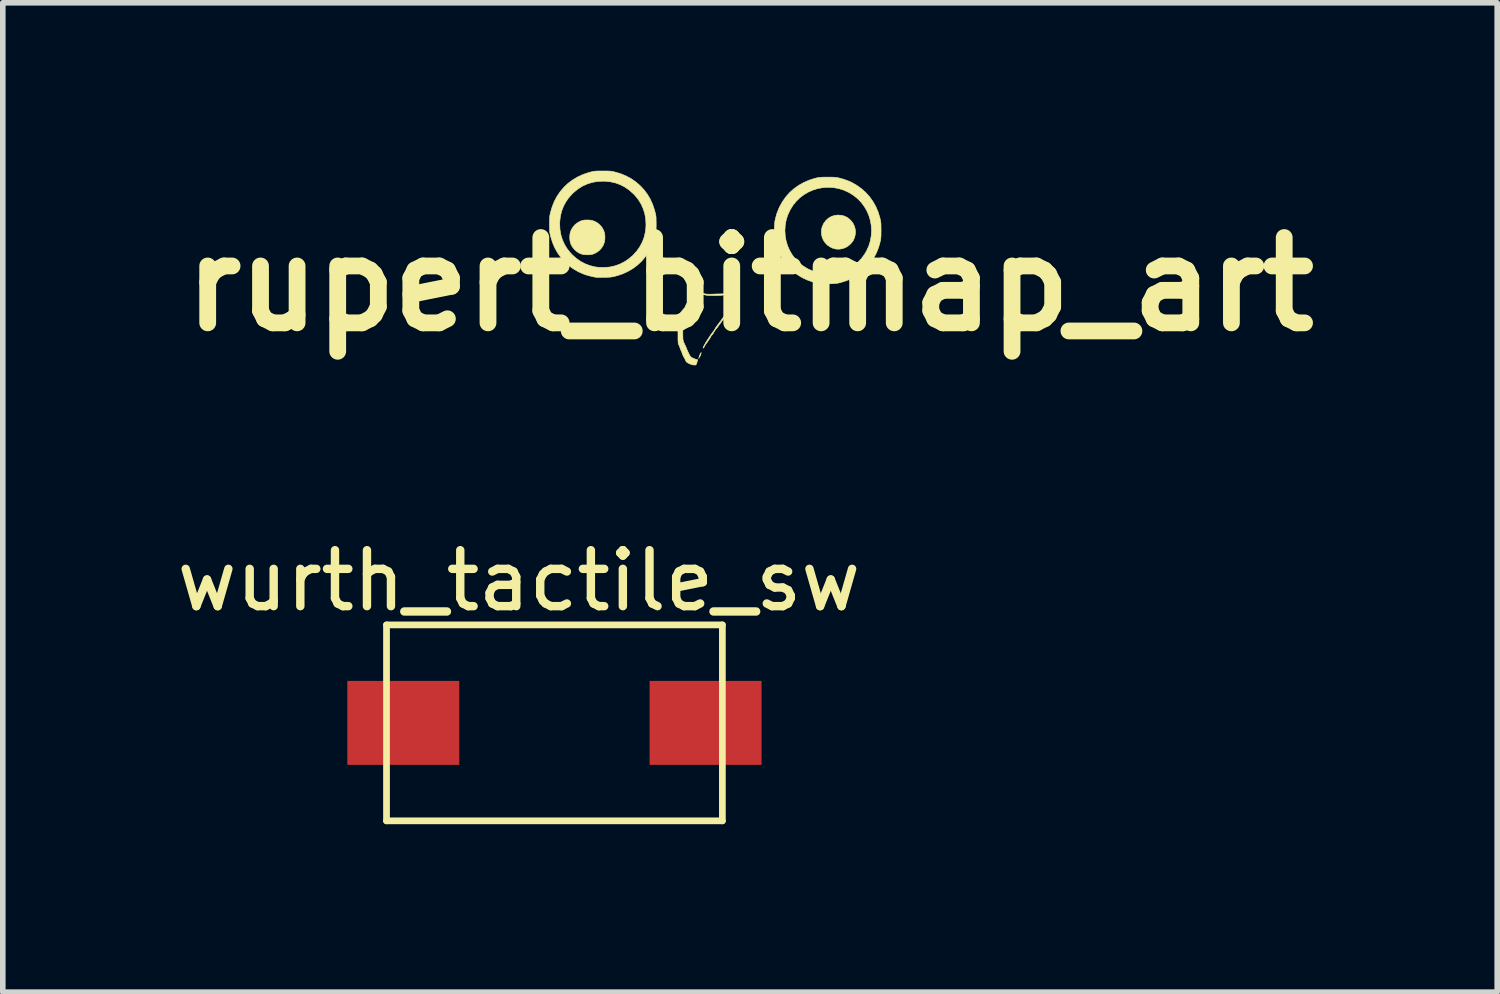
<source format=kicad_pcb>
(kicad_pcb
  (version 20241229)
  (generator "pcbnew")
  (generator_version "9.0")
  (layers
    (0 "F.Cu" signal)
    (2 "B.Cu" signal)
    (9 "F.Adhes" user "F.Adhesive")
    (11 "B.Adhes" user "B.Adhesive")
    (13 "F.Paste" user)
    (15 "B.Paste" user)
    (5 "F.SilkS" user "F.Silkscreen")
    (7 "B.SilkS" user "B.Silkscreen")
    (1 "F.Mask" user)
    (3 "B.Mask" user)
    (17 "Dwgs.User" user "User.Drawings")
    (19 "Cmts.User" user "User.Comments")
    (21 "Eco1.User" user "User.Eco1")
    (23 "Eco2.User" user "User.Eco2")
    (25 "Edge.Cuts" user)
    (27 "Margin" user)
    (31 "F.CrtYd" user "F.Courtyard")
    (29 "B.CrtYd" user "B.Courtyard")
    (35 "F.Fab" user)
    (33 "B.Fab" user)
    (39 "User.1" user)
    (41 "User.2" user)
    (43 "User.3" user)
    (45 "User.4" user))
  (footprint "wurth_tactile_sw"
    (layer "F.Cu")
    (at 6.855 9.864)
    (property "Reference" "wurth_tactile_sw" (at -0.635 -2.54 0) (layer "F.SilkS") (effects (font (size 1 1) (thickness 0.15))))
    (attr through_hole)
    (fp_line (start -3 -1.75) (end -3 1.75) (stroke (width 0.12) (type solid)) (layer "F.SilkS"))
    (fp_line (start -3 1.75) (end 3 1.75) (stroke (width 0.12) (type solid)) (layer "F.SilkS"))
    (fp_line (start 3 -1.75) (end -3 -1.75) (stroke (width 0.12) (type solid)) (layer "F.SilkS"))
    (fp_line (start 3 -1.75) (end 3 1.75) (stroke (width 0.12) (type solid)) (layer "F.SilkS"))
    (pad "1" smd rect (at -2.7 0) (size 2 1.5) (layers "F.Cu" "F.Mask" "F.Paste"))
    (pad "2" smd rect (at 2.7 0) (size 2 1.5) (layers "F.Cu" "F.Mask" "F.Paste")))
  (footprint "rupert_bitmap_art"
    (layer "F.Cu")
    (at 10.349 2.028)
    (property "Reference" "rupert_bitmap_art" (at 0 0 0) (layer "F.SilkS") (effects (font (size 1.524 1.524) (thickness 0.3))))
    (attr through_hole)
    (fp_poly (pts (xy -0.914 1.318) (xy -0.913 1.325) (xy -0.914 1.326) (xy -0.917 1.325) (xy -0.918 1.322) (xy -0.916 1.317) (xy -0.914 1.318)) (stroke (width 0.01) (type solid)) (fill yes) (layer "F.SilkS"))
    (fp_poly (pts (xy -0.873 1.227) (xy -0.876 1.24) (xy -0.882 1.257) (xy -0.886 1.27) (xy -0.892 1.285) (xy -0.901 1.299) (xy -0.912 1.313) (xy -0.909 1.296) (xy -0.905 1.282) (xy -0.898 1.265) (xy -0.89 1.247) (xy -0.882 1.232) (xy -0.876 1.222) (xy -0.873 1.22) (xy -0.873 1.227)) (stroke (width 0.01) (type solid)) (fill yes) (layer "F.SilkS"))
    (fp_poly (pts (xy 1.639 -1.231) (xy 1.694 -1.215) (xy 1.744 -1.189) (xy 1.789 -1.152) (xy 1.829 -1.106) (xy 1.837 -1.094) (xy 1.862 -1.045) (xy 1.878 -0.992) (xy 1.884 -0.936) (xy 1.879 -0.881) (xy 1.865 -0.827) (xy 1.841 -0.777) (xy 1.837 -0.77) (xy 1.8 -0.724) (xy 1.756 -0.686) (xy 1.708 -0.656) (xy 1.655 -0.637) (xy 1.6 -0.627) (xy 1.544 -0.628) (xy 1.536 -0.629) (xy 1.478 -0.644) (xy 1.426 -0.669) (xy 1.378 -0.703) (xy 1.338 -0.747) (xy 1.321 -0.77) (xy 1.295 -0.82) (xy 1.28 -0.874) (xy 1.274 -0.929) (xy 1.278 -0.984) (xy 1.293 -1.038) (xy 1.317 -1.088) (xy 1.321 -1.094) (xy 1.359 -1.143) (xy 1.403 -1.182) (xy 1.452 -1.21) (xy 1.506 -1.228) (xy 1.565 -1.236) (xy 1.579 -1.236) (xy 1.639 -1.231)) (stroke (width 0.01) (type solid)) (fill yes) (layer "F.SilkS"))
    (fp_poly (pts (xy -2.881 -1.148) (xy -2.844 -1.144) (xy -2.82 -1.14) (xy -2.767 -1.12) (xy -2.718 -1.091) (xy -2.676 -1.053) (xy -2.64 -1.009) (xy -2.614 -0.959) (xy -2.601 -0.921) (xy -2.595 -0.887) (xy -2.592 -0.846) (xy -2.593 -0.805) (xy -2.598 -0.768) (xy -2.601 -0.754) (xy -2.62 -0.7) (xy -2.65 -0.652) (xy -2.687 -0.609) (xy -2.732 -0.574) (xy -2.782 -0.547) (xy -2.82 -0.534) (xy -2.85 -0.529) (xy -2.886 -0.526) (xy -2.925 -0.526) (xy -2.962 -0.529) (xy -2.992 -0.534) (xy -2.995 -0.534) (xy -3.048 -0.554) (xy -3.096 -0.584) (xy -3.138 -0.622) (xy -3.173 -0.666) (xy -3.2 -0.716) (xy -3.212 -0.754) (xy -3.218 -0.788) (xy -3.221 -0.828) (xy -3.22 -0.869) (xy -3.215 -0.906) (xy -3.212 -0.921) (xy -3.193 -0.974) (xy -3.163 -1.022) (xy -3.126 -1.065) (xy -3.081 -1.1) (xy -3.031 -1.127) (xy -2.993 -1.14) (xy -2.961 -1.146) (xy -2.922 -1.148) (xy -2.881 -1.148)) (stroke (width 0.01) (type solid)) (fill yes) (layer "F.SilkS"))
    (fp_poly (pts (xy 1.433 -1.913) (xy 1.469 -1.913) (xy 1.497 -1.912) (xy 1.521 -1.91) (xy 1.541 -1.908) (xy 1.561 -1.904) (xy 1.58 -1.901) (xy 1.669 -1.877) (xy 1.753 -1.847) (xy 1.81 -1.822) (xy 1.902 -1.77) (xy 1.987 -1.71) (xy 2.064 -1.642) (xy 2.133 -1.566) (xy 2.193 -1.483) (xy 2.244 -1.393) (xy 2.286 -1.297) (xy 2.318 -1.194) (xy 2.328 -1.153) (xy 2.332 -1.132) (xy 2.335 -1.112) (xy 2.338 -1.091) (xy 2.339 -1.068) (xy 2.34 -1.039) (xy 2.34 -1.002) (xy 2.341 -0.961) (xy 2.34 -0.916) (xy 2.34 -0.881) (xy 2.339 -0.852) (xy 2.337 -0.829) (xy 2.335 -0.808) (xy 2.332 -0.789) (xy 2.328 -0.77) (xy 2.299 -0.665) (xy 2.261 -0.566) (xy 2.213 -0.473) (xy 2.157 -0.387) (xy 2.092 -0.309) (xy 2.018 -0.238) (xy 1.936 -0.174) (xy 1.846 -0.12) (xy 1.81 -0.101) (xy 1.721 -0.063) (xy 1.629 -0.034) (xy 1.583 -0.022) (xy 1.546 -0.016) (xy 1.501 -0.012) (xy 1.45 -0.009) (xy 1.396 -0.007) (xy 1.343 -0.007) (xy 1.294 -0.009) (xy 1.25 -0.013) (xy 1.227 -0.017) (xy 1.121 -0.041) (xy 1.021 -0.076) (xy 0.927 -0.121) (xy 0.839 -0.175) (xy 0.757 -0.239) (xy 0.71 -0.283) (xy 0.64 -0.361) (xy 0.58 -0.445) (xy 0.529 -0.536) (xy 0.489 -0.631) (xy 0.458 -0.732) (xy 0.441 -0.817) (xy 0.437 -0.859) (xy 0.434 -0.909) (xy 0.434 -0.958) (xy 0.623 -0.958) (xy 0.629 -0.864) (xy 0.645 -0.773) (xy 0.672 -0.686) (xy 0.708 -0.603) (xy 0.754 -0.525) (xy 0.808 -0.453) (xy 0.871 -0.388) (xy 0.942 -0.331) (xy 1.02 -0.282) (xy 1.045 -0.269) (xy 1.116 -0.238) (xy 1.188 -0.213) (xy 1.259 -0.195) (xy 1.267 -0.194) (xy 1.305 -0.189) (xy 1.351 -0.186) (xy 1.401 -0.185) (xy 1.45 -0.187) (xy 1.495 -0.19) (xy 1.524 -0.194) (xy 1.615 -0.215) (xy 1.702 -0.246) (xy 1.784 -0.287) (xy 1.86 -0.337) (xy 1.93 -0.396) (xy 1.992 -0.462) (xy 2.046 -0.535) (xy 2.083 -0.599) (xy 2.122 -0.685) (xy 2.149 -0.773) (xy 2.165 -0.863) (xy 2.171 -0.956) (xy 2.171 -0.958) (xy 2.165 -1.052) (xy 2.149 -1.143) (xy 2.122 -1.23) (xy 2.086 -1.313) (xy 2.04 -1.391) (xy 1.986 -1.463) (xy 1.923 -1.528) (xy 1.852 -1.585) (xy 1.774 -1.635) (xy 1.756 -1.644) (xy 1.67 -1.683) (xy 1.582 -1.71) (xy 1.493 -1.726) (xy 1.399 -1.732) (xy 1.397 -1.732) (xy 1.303 -1.726) (xy 1.212 -1.71) (xy 1.125 -1.683) (xy 1.042 -1.647) (xy 0.964 -1.601) (xy 0.892 -1.547) (xy 0.827 -1.484) (xy 0.77 -1.414) (xy 0.721 -1.336) (xy 0.711 -1.317) (xy 0.672 -1.231) (xy 0.645 -1.144) (xy 0.629 -1.054) (xy 0.623 -0.961) (xy 0.623 -0.958) (xy 0.434 -0.958) (xy 0.434 -0.963) (xy 0.435 -1.018) (xy 0.438 -1.071) (xy 0.443 -1.119) (xy 0.45 -1.156) (xy 0.475 -1.252) (xy 0.51 -1.343) (xy 0.528 -1.383) (xy 0.579 -1.475) (xy 0.639 -1.56) (xy 0.707 -1.637) (xy 0.783 -1.705) (xy 0.866 -1.765) (xy 0.956 -1.816) (xy 1.053 -1.858) (xy 1.155 -1.891) (xy 1.197 -1.901) (xy 1.218 -1.905) (xy 1.238 -1.908) (xy 1.258 -1.91) (xy 1.282 -1.912) (xy 1.311 -1.913) (xy 1.347 -1.913) (xy 1.388 -1.913) (xy 1.433 -1.913)) (stroke (width 0.01) (type solid)) (fill yes) (layer "F.SilkS"))
    (fp_poly (pts (xy -2.585 -2.023) (xy -2.55 -2.023) (xy -2.523 -2.022) (xy -2.5 -2.021) (xy -2.481 -2.019) (xy -2.463 -2.016) (xy -2.443 -2.012) (xy -2.422 -2.007) (xy -2.317 -1.977) (xy -2.219 -1.937) (xy -2.127 -1.888) (xy -2.043 -1.83) (xy -1.966 -1.764) (xy -1.896 -1.69) (xy -1.835 -1.608) (xy -1.782 -1.52) (xy -1.739 -1.424) (xy -1.705 -1.322) (xy -1.694 -1.279) (xy -1.688 -1.256) (xy -1.684 -1.236) (xy -1.681 -1.218) (xy -1.679 -1.198) (xy -1.678 -1.175) (xy -1.678 -1.147) (xy -1.677 -1.111) (xy -1.677 -1.074) (xy -1.677 -1.03) (xy -1.678 -0.995) (xy -1.678 -0.968) (xy -1.68 -0.946) (xy -1.682 -0.927) (xy -1.685 -0.908) (xy -1.689 -0.888) (xy -1.694 -0.869) (xy -1.724 -0.765) (xy -1.763 -0.667) (xy -1.812 -0.575) (xy -1.87 -0.491) (xy -1.935 -0.414) (xy -2.009 -0.344) (xy -2.09 -0.283) (xy -2.178 -0.231) (xy -2.273 -0.187) (xy -2.374 -0.153) (xy -2.422 -0.141) (xy -2.447 -0.135) (xy -2.469 -0.131) (xy -2.49 -0.128) (xy -2.514 -0.126) (xy -2.541 -0.125) (xy -2.576 -0.124) (xy -2.612 -0.124) (xy -2.65 -0.123) (xy -2.685 -0.123) (xy -2.715 -0.124) (xy -2.738 -0.124) (xy -2.752 -0.125) (xy -2.754 -0.125) (xy -2.784 -0.13) (xy -2.821 -0.138) (xy -2.862 -0.148) (xy -2.903 -0.159) (xy -2.939 -0.17) (xy -2.961 -0.177) (xy -3.059 -0.219) (xy -3.149 -0.27) (xy -3.233 -0.33) (xy -3.308 -0.398) (xy -3.376 -0.474) (xy -3.436 -0.558) (xy -3.487 -0.648) (xy -3.528 -0.744) (xy -3.56 -0.847) (xy -3.565 -0.869) (xy -3.571 -0.892) (xy -3.575 -0.911) (xy -3.578 -0.93) (xy -3.58 -0.949) (xy -3.581 -0.972) (xy -3.581 -1.001) (xy -3.582 -1.037) (xy -3.582 -1.071) (xy -3.4 -1.071) (xy -3.395 -0.975) (xy -3.379 -0.883) (xy -3.352 -0.795) (xy -3.315 -0.712) (xy -3.267 -0.634) (xy -3.208 -0.56) (xy -3.175 -0.525) (xy -3.104 -0.462) (xy -3.027 -0.408) (xy -2.945 -0.365) (xy -2.858 -0.332) (xy -2.766 -0.31) (xy -2.762 -0.309) (xy -2.725 -0.305) (xy -2.68 -0.302) (xy -2.631 -0.301) (xy -2.582 -0.302) (xy -2.537 -0.305) (xy -2.499 -0.309) (xy -2.408 -0.33) (xy -2.321 -0.362) (xy -2.239 -0.404) (xy -2.162 -0.457) (xy -2.09 -0.519) (xy -2.084 -0.525) (xy -2.02 -0.597) (xy -1.967 -0.673) (xy -1.924 -0.754) (xy -1.892 -0.839) (xy -1.871 -0.929) (xy -1.86 -1.023) (xy -1.859 -1.071) (xy -1.864 -1.167) (xy -1.88 -1.259) (xy -1.907 -1.346) (xy -1.944 -1.429) (xy -1.992 -1.508) (xy -2.051 -1.582) (xy -2.084 -1.616) (xy -2.155 -1.68) (xy -2.231 -1.733) (xy -2.312 -1.776) (xy -2.397 -1.808) (xy -2.487 -1.829) (xy -2.581 -1.84) (xy -2.629 -1.841) (xy -2.726 -1.836) (xy -2.817 -1.82) (xy -2.905 -1.793) (xy -2.988 -1.756) (xy -3.066 -1.708) (xy -3.14 -1.649) (xy -3.175 -1.616) (xy -3.239 -1.545) (xy -3.292 -1.469) (xy -3.335 -1.388) (xy -3.367 -1.303) (xy -3.388 -1.213) (xy -3.399 -1.119) (xy -3.4 -1.071) (xy -3.582 -1.071) (xy -3.582 -1.074) (xy -3.582 -1.118) (xy -3.581 -1.152) (xy -3.581 -1.179) (xy -3.579 -1.202) (xy -3.577 -1.221) (xy -3.574 -1.239) (xy -3.57 -1.259) (xy -3.565 -1.279) (xy -3.535 -1.383) (xy -3.496 -1.481) (xy -3.447 -1.573) (xy -3.389 -1.657) (xy -3.323 -1.735) (xy -3.249 -1.804) (xy -3.167 -1.865) (xy -3.078 -1.918) (xy -2.983 -1.961) (xy -2.881 -1.996) (xy -2.837 -2.007) (xy -2.815 -2.012) (xy -2.795 -2.016) (xy -2.777 -2.019) (xy -2.758 -2.021) (xy -2.735 -2.022) (xy -2.707 -2.023) (xy -2.672 -2.023) (xy -2.629 -2.023) (xy -2.585 -2.023)) (stroke (width 0.01) (type solid)) (fill yes) (layer "F.SilkS"))
    (fp_poly (pts (xy -0.843 0.164) (xy -0.812 0.17) (xy -0.798 0.173) (xy -0.784 0.176) (xy -0.767 0.177) (xy -0.745 0.178) (xy -0.717 0.178) (xy -0.681 0.177) (xy -0.649 0.176) (xy -0.588 0.174) (xy -0.537 0.173) (xy -0.495 0.172) (xy -0.462 0.172) (xy -0.435 0.172) (xy -0.413 0.173) (xy -0.397 0.174) (xy -0.383 0.176) (xy -0.371 0.179) (xy -0.363 0.181) (xy -0.343 0.187) (xy -0.328 0.194) (xy -0.322 0.198) (xy -0.31 0.207) (xy -0.303 0.21) (xy -0.289 0.218) (xy -0.272 0.234) (xy -0.253 0.255) (xy -0.235 0.279) (xy -0.219 0.303) (xy -0.213 0.314) (xy -0.202 0.339) (xy -0.196 0.359) (xy -0.194 0.38) (xy -0.193 0.392) (xy -0.193 0.43) (xy -0.225 0.438) (xy -0.243 0.444) (xy -0.256 0.448) (xy -0.26 0.451) (xy -0.266 0.455) (xy -0.28 0.462) (xy -0.294 0.469) (xy -0.315 0.48) (xy -0.335 0.492) (xy -0.344 0.498) (xy -0.357 0.508) (xy -0.367 0.513) (xy -0.368 0.514) (xy -0.377 0.518) (xy -0.391 0.53) (xy -0.41 0.548) (xy -0.431 0.571) (xy -0.453 0.597) (xy -0.476 0.624) (xy -0.497 0.651) (xy -0.514 0.676) (xy -0.523 0.688) (xy -0.533 0.703) (xy -0.541 0.713) (xy -0.544 0.716) (xy -0.549 0.72) (xy -0.556 0.732) (xy -0.557 0.734) (xy -0.565 0.746) (xy -0.578 0.764) (xy -0.594 0.785) (xy -0.601 0.792) (xy -0.616 0.811) (xy -0.628 0.827) (xy -0.634 0.838) (xy -0.635 0.841) (xy -0.638 0.848) (xy -0.64 0.849) (xy -0.645 0.853) (xy -0.652 0.865) (xy -0.654 0.871) (xy -0.665 0.89) (xy -0.678 0.905) (xy -0.681 0.908) (xy -0.694 0.923) (xy -0.703 0.94) (xy -0.703 0.94) (xy -0.71 0.954) (xy -0.721 0.973) (xy -0.736 0.992) (xy -0.736 0.993) (xy -0.748 1.01) (xy -0.758 1.024) (xy -0.762 1.032) (xy -0.762 1.032) (xy -0.766 1.04) (xy -0.775 1.05) (xy -0.776 1.051) (xy -0.787 1.064) (xy -0.799 1.082) (xy -0.809 1.1) (xy -0.821 1.123) (xy -0.83 1.137) (xy -0.835 1.141) (xy -0.837 1.137) (xy -0.837 1.134) (xy -0.834 1.123) (xy -0.827 1.107) (xy -0.82 1.094) (xy -0.808 1.073) (xy -0.796 1.052) (xy -0.791 1.042) (xy -0.778 1.021) (xy -0.761 0.994) (xy -0.741 0.964) (xy -0.72 0.932) (xy -0.7 0.902) (xy -0.681 0.876) (xy -0.665 0.855) (xy -0.655 0.843) (xy -0.645 0.829) (xy -0.633 0.81) (xy -0.627 0.8) (xy -0.616 0.78) (xy -0.601 0.757) (xy -0.585 0.736) (xy -0.507 0.632) (xy -0.488 0.604) (xy -0.444 0.55) (xy -0.392 0.502) (xy -0.333 0.461) (xy -0.27 0.43) (xy -0.269 0.43) (xy -0.222 0.412) (xy -0.224 0.388) (xy -0.232 0.348) (xy -0.249 0.309) (xy -0.275 0.273) (xy -0.306 0.242) (xy -0.341 0.22) (xy -0.354 0.215) (xy -0.397 0.202) (xy -0.44 0.194) (xy -0.48 0.193) (xy -0.502 0.196) (xy -0.527 0.199) (xy -0.561 0.201) (xy -0.601 0.203) (xy -0.643 0.203) (xy -0.686 0.202) (xy -0.726 0.201) (xy -0.761 0.198) (xy -0.787 0.195) (xy -0.793 0.193) (xy -0.818 0.188) (xy -0.838 0.186) (xy -0.856 0.187) (xy -0.873 0.19) (xy -0.923 0.206) (xy -0.968 0.231) (xy -0.974 0.235) (xy -0.985 0.246) (xy -1.001 0.266) (xy -1.019 0.29) (xy -1.038 0.318) (xy -1.056 0.347) (xy -1.073 0.374) (xy -1.083 0.393) (xy -1.093 0.411) (xy -1.109 0.435) (xy -1.126 0.459) (xy -1.137 0.473) (xy -1.153 0.493) (xy -1.166 0.51) (xy -1.176 0.524) (xy -1.184 0.539) (xy -1.191 0.554) (xy -1.195 0.571) (xy -1.198 0.592) (xy -1.2 0.618) (xy -1.2 0.651) (xy -1.201 0.691) (xy -1.201 0.741) (xy -1.201 0.781) (xy -1.201 0.836) (xy -1.201 0.881) (xy -1.2 0.916) (xy -1.2 0.944) (xy -1.199 0.966) (xy -1.198 0.983) (xy -1.196 0.996) (xy -1.194 1.006) (xy -1.192 1.015) (xy -1.188 1.025) (xy -1.187 1.028) (xy -1.177 1.052) (xy -1.166 1.076) (xy -1.159 1.091) (xy -1.148 1.112) (xy -1.14 1.133) (xy -1.137 1.14) (xy -1.132 1.154) (xy -1.123 1.176) (xy -1.111 1.202) (xy -1.099 1.228) (xy -1.085 1.256) (xy -1.074 1.276) (xy -1.064 1.29) (xy -1.054 1.301) (xy -1.042 1.309) (xy -1.022 1.32) (xy -0.997 1.33) (xy -0.977 1.337) (xy -0.958 1.342) (xy -0.943 1.346) (xy -0.937 1.348) (xy -0.937 1.348) (xy -0.937 1.354) (xy -0.94 1.367) (xy -0.945 1.385) (xy -0.951 1.405) (xy -0.956 1.419) (xy -0.962 1.434) (xy -0.969 1.441) (xy -0.98 1.443) (xy -0.992 1.443) (xy -1.013 1.441) (xy -1.032 1.439) (xy -1.036 1.438) (xy -1.061 1.429) (xy -1.088 1.417) (xy -1.114 1.404) (xy -1.129 1.394) (xy -1.143 1.378) (xy -1.153 1.359) (xy -1.153 1.359) (xy -1.16 1.341) (xy -1.171 1.32) (xy -1.179 1.307) (xy -1.191 1.286) (xy -1.203 1.259) (xy -1.212 1.235) (xy -1.219 1.214) (xy -1.225 1.198) (xy -1.229 1.19) (xy -1.23 1.189) (xy -1.233 1.183) (xy -1.24 1.168) (xy -1.247 1.148) (xy -1.249 1.143) (xy -1.257 1.119) (xy -1.267 1.095) (xy -1.275 1.078) (xy -1.275 1.077) (xy -1.278 1.071) (xy -1.281 1.064) (xy -1.283 1.056) (xy -1.284 1.044) (xy -1.285 1.029) (xy -1.286 1.009) (xy -1.287 0.982) (xy -1.287 0.948) (xy -1.287 0.905) (xy -1.287 0.852) (xy -1.287 0.829) (xy -1.287 0.765) (xy -1.287 0.713) (xy -1.286 0.669) (xy -1.285 0.635) (xy -1.283 0.609) (xy -1.281 0.589) (xy -1.279 0.575) (xy -1.276 0.566) (xy -1.272 0.561) (xy -1.271 0.56) (xy -1.266 0.554) (xy -1.258 0.54) (xy -1.251 0.525) (xy -1.239 0.506) (xy -1.222 0.483) (xy -1.203 0.46) (xy -1.198 0.454) (xy -1.181 0.435) (xy -1.167 0.418) (xy -1.158 0.404) (xy -1.157 0.4) (xy -1.148 0.375) (xy -1.135 0.351) (xy -1.121 0.333) (xy -1.12 0.332) (xy -1.109 0.319) (xy -1.098 0.302) (xy -1.096 0.298) (xy -1.086 0.281) (xy -1.075 0.266) (xy -1.073 0.264) (xy -1.065 0.253) (xy -1.062 0.245) (xy -1.057 0.236) (xy -1.045 0.223) (xy -1.027 0.209) (xy -1.007 0.195) (xy -0.986 0.183) (xy -0.978 0.18) (xy -0.937 0.168) (xy -0.89 0.162) (xy -0.843 0.164)) (stroke (width 0.01) (type solid)) (fill yes) (layer "F.SilkS")))
  (gr_rect
    (start -3 -3)
    (end 23.697 14.674)
    (stroke (width 0.1) (type default))
    (fill no)
    (layer "Edge.Cuts")))
</source>
